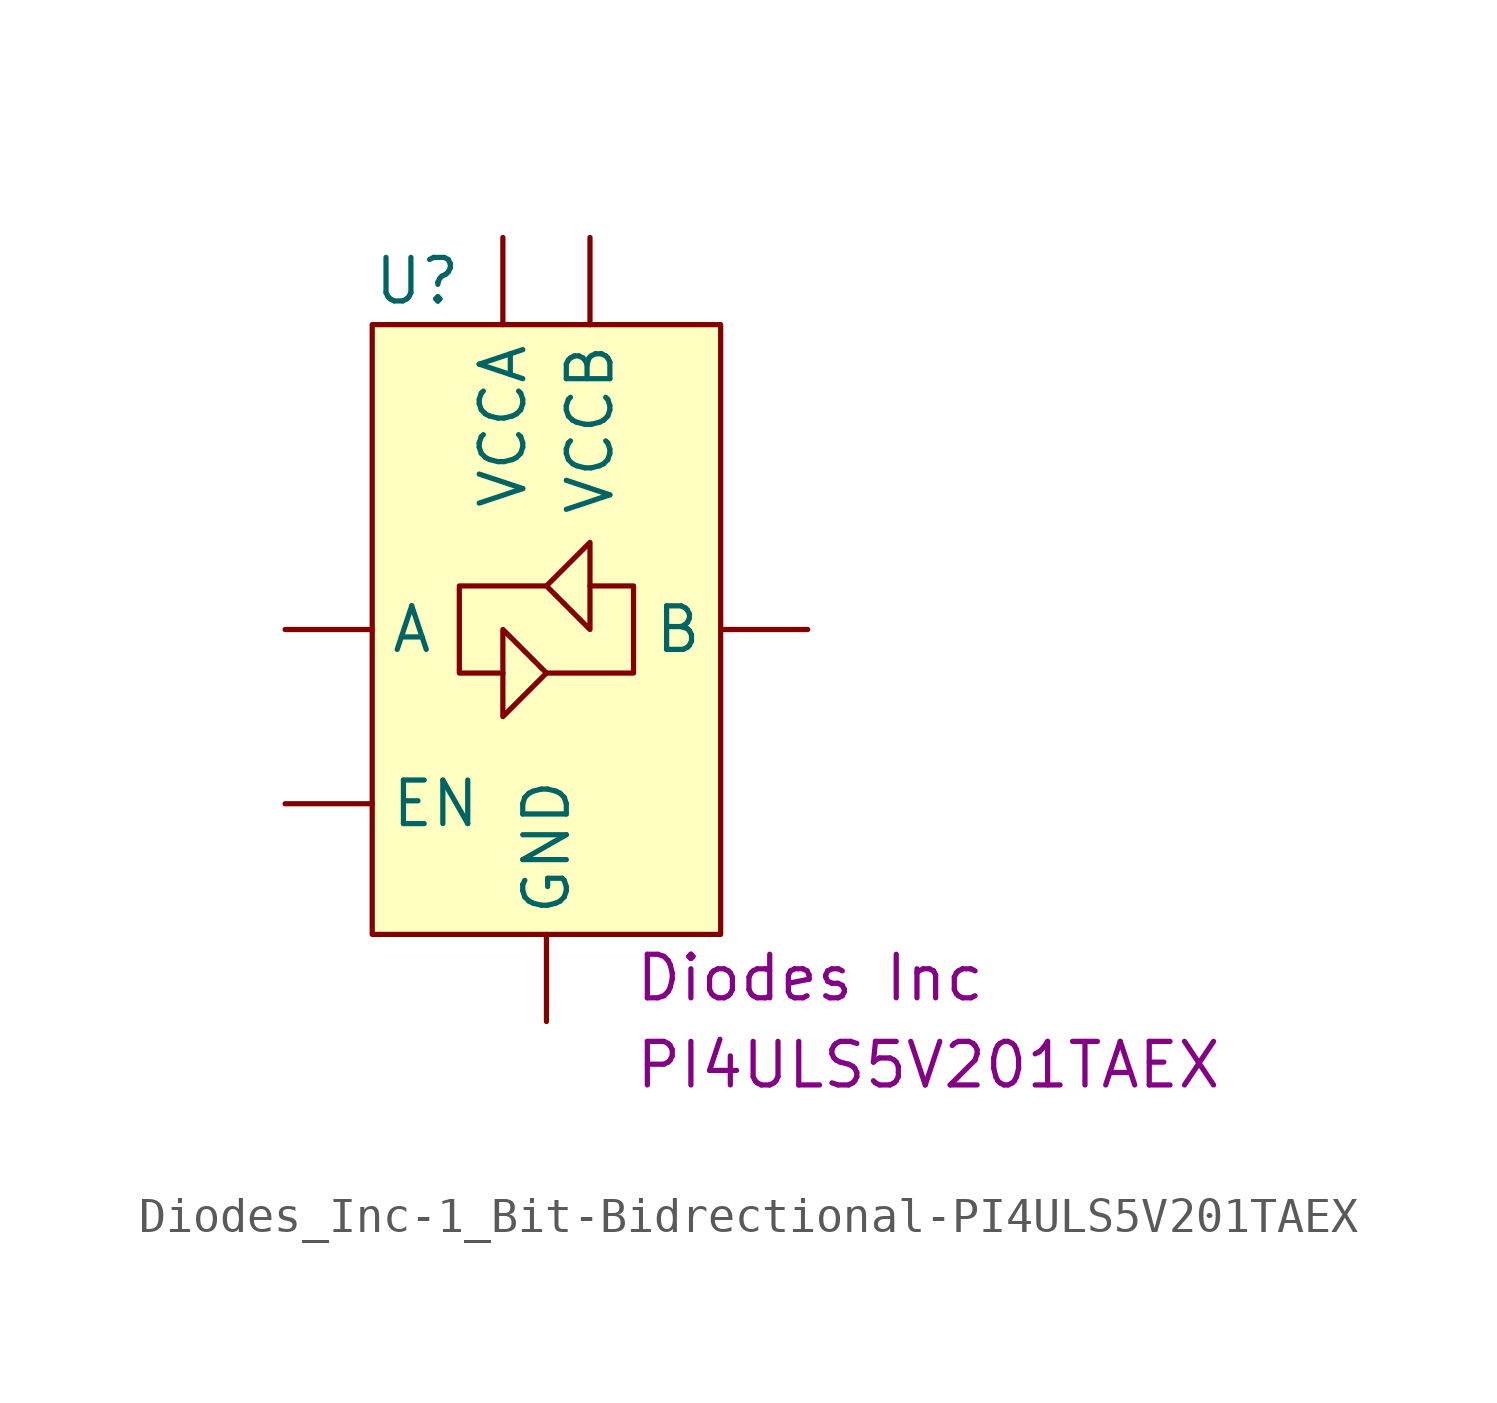
<source format=kicad_sym>
(kicad_symbol_lib
  (version 20211014)
  (generator kicad_symbol_editor)
  (symbol "Diodes_Inc-1_Bit-Bidrectional-PI4ULS5V201TAEX"
    (pin_numbers hide)
    (property "Reference" "U"
      (at -5.08 10.16 0)
      (effects (font (size 1.27 1.27)) (justify left)))
    (property "Manufactuer" "Diodes Inc"
      (at 2.54 -10.16 0)
      (effects (font (size 1.27 1.27)) (justify left)))
    (property "MPN" "PI4ULS5V201TAEX"
      (at 2.54 -12.7 0)
      (effects (font (size 1.27 1.27)) (justify left)))
    (symbol "Diodes_Inc-1_Bit-Bidrectional-PI4ULS5V201TAEX_0_0"
      (pin bidirectional line (at -7.62 0 0) (length 2.54) (name "A" (effects (font (size 1.27 1.27)))) (number "1" (effects (font (size 1.27 1.27)))))
      (pin power_in line (at 0 -11.43 90) (length 2.54) (name "GND" (effects (font (size 1.27 1.27)))) (number "2" (effects (font (size 1.27 1.27)))))
      (pin power_in line (at -1.27 11.43 270) (length 2.54) (name "VCCA" (effects (font (size 1.27 1.27)))) (number "3" (effects (font (size 1.27 1.27)))))
      (pin power_in line (at 1.27 11.43 270) (length 2.54) (name "VCCB" (effects (font (size 1.27 1.27)))) (number "4" (effects (font (size 1.27 1.27)))))
      (pin bidirectional line (at 7.62 0 180) (length 2.54) (name "B" (effects (font (size 1.27 1.27)))) (number "5" (effects (font (size 1.27 1.27)))))
      (pin input line (at -7.62 -5.08 0) (length 2.54) (name "EN" (effects (font (size 1.27 1.27)))) (number "6" (effects (font (size 1.27 1.27))))))
    (symbol "Diodes_Inc-1_Bit-Bidrectional-PI4ULS5V201TAEX_0_1"
      (rectangle (start -5.08 8.89) (end 5.08 -8.89) (stroke (width 0) (type default) (color 0 0 0 0)) (fill (type background)))
      (polyline (pts (xy -1.27 0) (xy -1.27 -2.54) (xy 0 -1.27) (xy -1.27 0)) (stroke (width 0) (type default) (color 0 0 0 0)) (fill (type none)))
      (polyline (pts (xy 0 -1.27) (xy 2.54 -1.27) (xy 2.54 1.27) (xy 1.27 1.27)) (stroke (width 0) (type default) (color 0 0 0 0)) (fill (type none)))
      (polyline (pts (xy 0 1.27) (xy -2.54 1.27) (xy -2.54 -1.27) (xy -1.27 -1.27)) (stroke (width 0) (type default) (color 0 0 0 0)) (fill (type none)))
      (polyline (pts (xy 1.27 2.54) (xy 1.27 0) (xy 0 1.27) (xy 1.27 2.54)) (stroke (width 0) (type default) (color 0 0 0 0)) (fill (type none))))))
</source>
